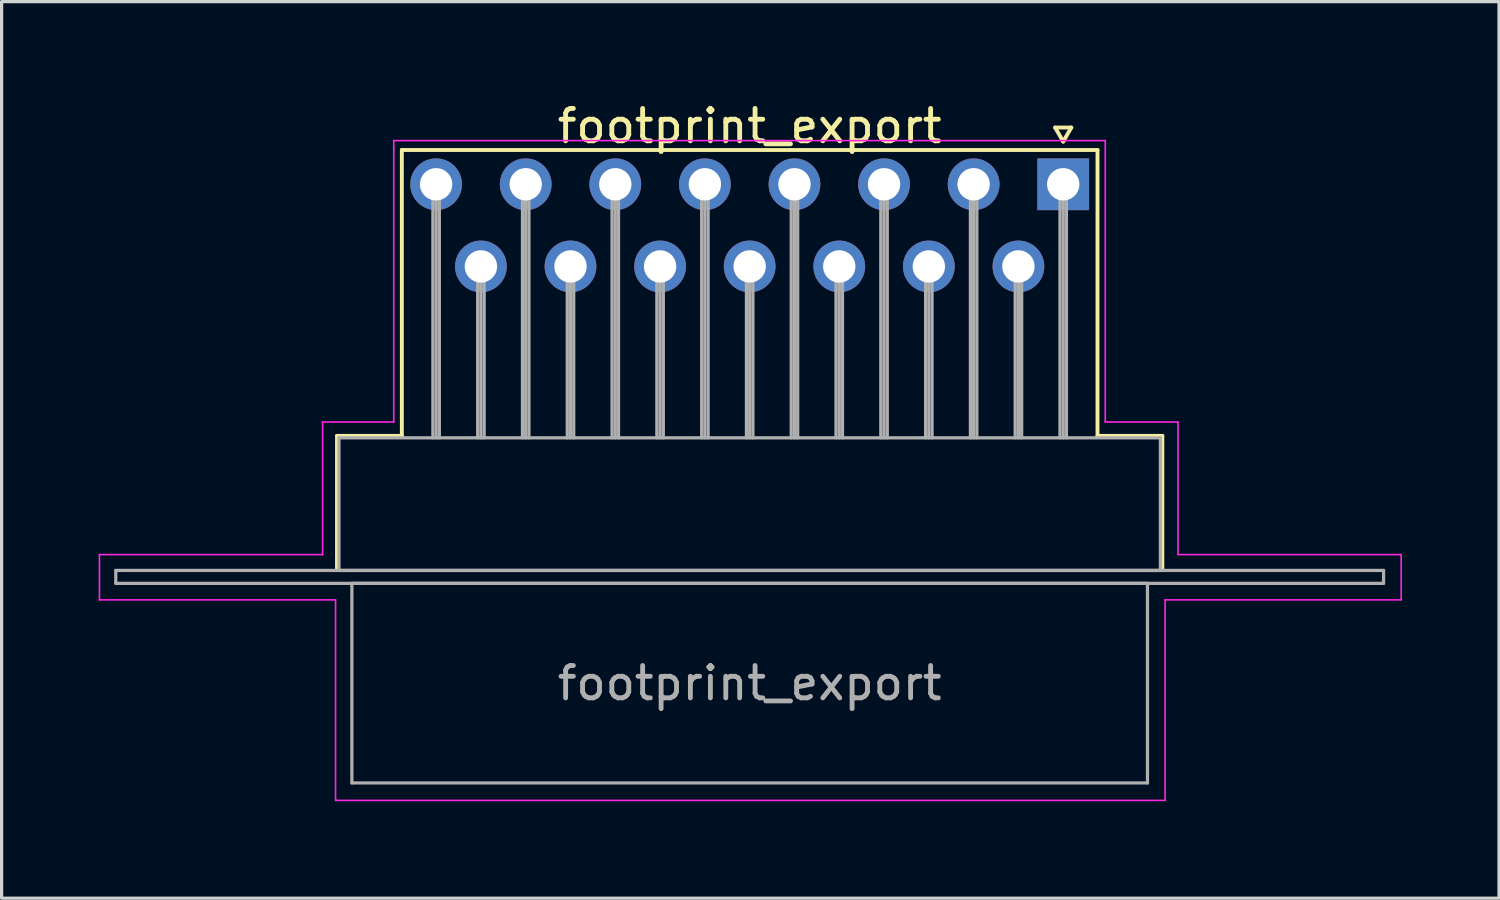
<source format=kicad_pcb>
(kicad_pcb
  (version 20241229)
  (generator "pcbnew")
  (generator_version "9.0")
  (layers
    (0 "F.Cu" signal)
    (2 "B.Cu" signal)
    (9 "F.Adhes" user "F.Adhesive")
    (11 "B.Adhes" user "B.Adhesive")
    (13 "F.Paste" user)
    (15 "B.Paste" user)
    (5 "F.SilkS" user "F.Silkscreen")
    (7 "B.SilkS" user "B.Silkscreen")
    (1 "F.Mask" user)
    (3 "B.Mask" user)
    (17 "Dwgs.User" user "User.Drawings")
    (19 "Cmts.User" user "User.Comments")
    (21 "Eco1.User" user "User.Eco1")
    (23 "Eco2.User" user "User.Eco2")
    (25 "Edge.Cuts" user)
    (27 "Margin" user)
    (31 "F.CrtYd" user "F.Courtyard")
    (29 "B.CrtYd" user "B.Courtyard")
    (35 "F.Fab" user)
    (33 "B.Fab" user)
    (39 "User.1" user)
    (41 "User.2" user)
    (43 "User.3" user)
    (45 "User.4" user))
  (footprint "footprint_export"
    (layer "F.Cu")
    (at 29.825 2.648)
    (property "Reference" "footprint_export" (at -9.695 -1.8 0) (layer "F.SilkS") (effects (font (size 1 1) (thickness 0.15))))
    (attr through_hole)
    (fp_line (start -22.455 7.78) (end -20.45 7.78) (stroke (width 0.12) (type solid)) (layer "F.SilkS"))
    (fp_line (start -22.455 11.88) (end -22.455 7.78) (stroke (width 0.12) (type solid)) (layer "F.SilkS"))
    (fp_line (start -20.45 -1.06) (end 1.06 -1.06) (stroke (width 0.12) (type solid)) (layer "F.SilkS"))
    (fp_line (start -20.45 7.78) (end -20.45 -1.06) (stroke (width 0.12) (type solid)) (layer "F.SilkS"))
    (fp_line (start -0.25 -1.754) (end 0.25 -1.754) (stroke (width 0.12) (type solid)) (layer "F.SilkS"))
    (fp_line (start 0 -1.321) (end -0.25 -1.754) (stroke (width 0.12) (type solid)) (layer "F.SilkS"))
    (fp_line (start 0.25 -1.754) (end 0 -1.321) (stroke (width 0.12) (type solid)) (layer "F.SilkS"))
    (fp_line (start 1.06 -1.06) (end 1.06 7.78) (stroke (width 0.12) (type solid)) (layer "F.SilkS"))
    (fp_line (start 1.06 7.78) (end 3.065 7.78) (stroke (width 0.12) (type solid)) (layer "F.SilkS"))
    (fp_line (start 3.065 7.78) (end 3.065 11.88) (stroke (width 0.12) (type solid)) (layer "F.SilkS"))
    (fp_line (start -29.8 11.45) (end -22.9 11.45) (stroke (width 0.05) (type solid)) (layer "F.CrtYd"))
    (fp_line (start -29.8 12.85) (end -29.8 11.45) (stroke (width 0.05) (type solid)) (layer "F.CrtYd"))
    (fp_line (start -22.9 7.35) (end -20.7 7.35) (stroke (width 0.05) (type solid)) (layer "F.CrtYd"))
    (fp_line (start -22.9 11.45) (end -22.9 7.35) (stroke (width 0.05) (type solid)) (layer "F.CrtYd"))
    (fp_line (start -22.5 12.85) (end -29.8 12.85) (stroke (width 0.05) (type solid)) (layer "F.CrtYd"))
    (fp_line (start -22.5 19.05) (end -22.5 12.85) (stroke (width 0.05) (type solid)) (layer "F.CrtYd"))
    (fp_line (start -20.7 -1.35) (end 1.3 -1.35) (stroke (width 0.05) (type solid)) (layer "F.CrtYd"))
    (fp_line (start -20.7 7.35) (end -20.7 -1.35) (stroke (width 0.05) (type solid)) (layer "F.CrtYd"))
    (fp_line (start 1.3 -1.35) (end 1.3 7.35) (stroke (width 0.05) (type solid)) (layer "F.CrtYd"))
    (fp_line (start 1.3 7.35) (end 3.55 7.35) (stroke (width 0.05) (type solid)) (layer "F.CrtYd"))
    (fp_line (start 3.15 12.85) (end 3.15 19.05) (stroke (width 0.05) (type solid)) (layer "F.CrtYd"))
    (fp_line (start 3.15 19.05) (end -22.5 19.05) (stroke (width 0.05) (type solid)) (layer "F.CrtYd"))
    (fp_line (start 3.55 7.35) (end 3.55 11.45) (stroke (width 0.05) (type solid)) (layer "F.CrtYd"))
    (fp_line (start 3.55 11.45) (end 10.45 11.45) (stroke (width 0.05) (type solid)) (layer "F.CrtYd"))
    (fp_line (start 10.45 11.45) (end 10.45 12.85) (stroke (width 0.05) (type solid)) (layer "F.CrtYd"))
    (fp_line (start 10.45 12.85) (end 3.15 12.85) (stroke (width 0.05) (type solid)) (layer "F.CrtYd"))
    (fp_line (start -29.295 11.94) (end -29.295 12.34) (stroke (width 0.1) (type solid)) (layer "F.Fab"))
    (fp_line (start -29.295 12.34) (end 9.905 12.34) (stroke (width 0.1) (type solid)) (layer "F.Fab"))
    (fp_line (start -22.395 7.84) (end -22.395 11.94) (stroke (width 0.1) (type solid)) (layer "F.Fab"))
    (fp_line (start -22.395 11.94) (end 3.005 11.94) (stroke (width 0.1) (type solid)) (layer "F.Fab"))
    (fp_line (start -21.995 12.34) (end -21.995 18.51) (stroke (width 0.1) (type solid)) (layer "F.Fab"))
    (fp_line (start -21.995 18.51) (end 2.605 18.51) (stroke (width 0.1) (type solid)) (layer "F.Fab"))
    (fp_line (start -19.49 0) (end -19.49 7.84) (stroke (width 0.1) (type solid)) (layer "F.Fab"))
    (fp_line (start -19.39 0) (end -19.39 7.84) (stroke (width 0.1) (type solid)) (layer "F.Fab"))
    (fp_line (start -19.29 0) (end -19.29 7.84) (stroke (width 0.1) (type solid)) (layer "F.Fab"))
    (fp_line (start -18.105 2.54) (end -18.105 7.84) (stroke (width 0.1) (type solid)) (layer "F.Fab"))
    (fp_line (start -18.005 2.54) (end -18.005 7.84) (stroke (width 0.1) (type solid)) (layer "F.Fab"))
    (fp_line (start -17.905 2.54) (end -17.905 7.84) (stroke (width 0.1) (type solid)) (layer "F.Fab"))
    (fp_line (start -16.72 0) (end -16.72 7.84) (stroke (width 0.1) (type solid)) (layer "F.Fab"))
    (fp_line (start -16.62 0) (end -16.62 7.84) (stroke (width 0.1) (type solid)) (layer "F.Fab"))
    (fp_line (start -16.52 0) (end -16.52 7.84) (stroke (width 0.1) (type solid)) (layer "F.Fab"))
    (fp_line (start -15.335 2.54) (end -15.335 7.84) (stroke (width 0.1) (type solid)) (layer "F.Fab"))
    (fp_line (start -15.235 2.54) (end -15.235 7.84) (stroke (width 0.1) (type solid)) (layer "F.Fab"))
    (fp_line (start -15.135 2.54) (end -15.135 7.84) (stroke (width 0.1) (type solid)) (layer "F.Fab"))
    (fp_line (start -13.95 0) (end -13.95 7.84) (stroke (width 0.1) (type solid)) (layer "F.Fab"))
    (fp_line (start -13.85 0) (end -13.85 7.84) (stroke (width 0.1) (type solid)) (layer "F.Fab"))
    (fp_line (start -13.75 0) (end -13.75 7.84) (stroke (width 0.1) (type solid)) (layer "F.Fab"))
    (fp_line (start -12.565 2.54) (end -12.565 7.84) (stroke (width 0.1) (type solid)) (layer "F.Fab"))
    (fp_line (start -12.465 2.54) (end -12.465 7.84) (stroke (width 0.1) (type solid)) (layer "F.Fab"))
    (fp_line (start -12.365 2.54) (end -12.365 7.84) (stroke (width 0.1) (type solid)) (layer "F.Fab"))
    (fp_line (start -11.18 0) (end -11.18 7.84) (stroke (width 0.1) (type solid)) (layer "F.Fab"))
    (fp_line (start -11.08 0) (end -11.08 7.84) (stroke (width 0.1) (type solid)) (layer "F.Fab"))
    (fp_line (start -10.98 0) (end -10.98 7.84) (stroke (width 0.1) (type solid)) (layer "F.Fab"))
    (fp_line (start -9.795 2.54) (end -9.795 7.84) (stroke (width 0.1) (type solid)) (layer "F.Fab"))
    (fp_line (start -9.695 2.54) (end -9.695 7.84) (stroke (width 0.1) (type solid)) (layer "F.Fab"))
    (fp_line (start -9.595 2.54) (end -9.595 7.84) (stroke (width 0.1) (type solid)) (layer "F.Fab"))
    (fp_line (start -8.41 0) (end -8.41 7.84) (stroke (width 0.1) (type solid)) (layer "F.Fab"))
    (fp_line (start -8.31 0) (end -8.31 7.84) (stroke (width 0.1) (type solid)) (layer "F.Fab"))
    (fp_line (start -8.21 0) (end -8.21 7.84) (stroke (width 0.1) (type solid)) (layer "F.Fab"))
    (fp_line (start -7.025 2.54) (end -7.025 7.84) (stroke (width 0.1) (type solid)) (layer "F.Fab"))
    (fp_line (start -6.925 2.54) (end -6.925 7.84) (stroke (width 0.1) (type solid)) (layer "F.Fab"))
    (fp_line (start -6.825 2.54) (end -6.825 7.84) (stroke (width 0.1) (type solid)) (layer "F.Fab"))
    (fp_line (start -5.64 0) (end -5.64 7.84) (stroke (width 0.1) (type solid)) (layer "F.Fab"))
    (fp_line (start -5.54 0) (end -5.54 7.84) (stroke (width 0.1) (type solid)) (layer "F.Fab"))
    (fp_line (start -5.44 0) (end -5.44 7.84) (stroke (width 0.1) (type solid)) (layer "F.Fab"))
    (fp_line (start -4.255 2.54) (end -4.255 7.84) (stroke (width 0.1) (type solid)) (layer "F.Fab"))
    (fp_line (start -4.155 2.54) (end -4.155 7.84) (stroke (width 0.1) (type solid)) (layer "F.Fab"))
    (fp_line (start -4.055 2.54) (end -4.055 7.84) (stroke (width 0.1) (type solid)) (layer "F.Fab"))
    (fp_line (start -2.87 0) (end -2.87 7.84) (stroke (width 0.1) (type solid)) (layer "F.Fab"))
    (fp_line (start -2.77 0) (end -2.77 7.84) (stroke (width 0.1) (type solid)) (layer "F.Fab"))
    (fp_line (start -2.67 0) (end -2.67 7.84) (stroke (width 0.1) (type solid)) (layer "F.Fab"))
    (fp_line (start -1.485 2.54) (end -1.485 7.84) (stroke (width 0.1) (type solid)) (layer "F.Fab"))
    (fp_line (start -1.385 2.54) (end -1.385 7.84) (stroke (width 0.1) (type solid)) (layer "F.Fab"))
    (fp_line (start -1.285 2.54) (end -1.285 7.84) (stroke (width 0.1) (type solid)) (layer "F.Fab"))
    (fp_line (start -0.1 0) (end -0.1 7.84) (stroke (width 0.1) (type solid)) (layer "F.Fab"))
    (fp_line (start 0 0) (end 0 7.84) (stroke (width 0.1) (type solid)) (layer "F.Fab"))
    (fp_line (start 0.1 0) (end 0.1 7.84) (stroke (width 0.1) (type solid)) (layer "F.Fab"))
    (fp_line (start 2.605 12.34) (end -21.995 12.34) (stroke (width 0.1) (type solid)) (layer "F.Fab"))
    (fp_line (start 2.605 18.51) (end 2.605 12.34) (stroke (width 0.1) (type solid)) (layer "F.Fab"))
    (fp_line (start 3.005 7.84) (end -22.395 7.84) (stroke (width 0.1) (type solid)) (layer "F.Fab"))
    (fp_line (start 3.005 11.94) (end 3.005 7.84) (stroke (width 0.1) (type solid)) (layer "F.Fab"))
    (fp_line (start 9.905 11.94) (end -29.295 11.94) (stroke (width 0.1) (type solid)) (layer "F.Fab"))
    (fp_line (start 9.905 12.34) (end 9.905 11.94) (stroke (width 0.1) (type solid)) (layer "F.Fab"))
    (fp_text user "${REFERENCE}" (at -9.695 15.425 0) (layer "F.Fab") (effects (font (size 1 1) (thickness 0.15))))
    (pad "1" thru_hole rect (at 0 0) (size 1.6 1.6) (drill 1) (layers "*.Cu" "*.Mask"))
    (pad "2" thru_hole circle (at -2.77 0) (size 1.6 1.6) (drill 1) (layers "*.Cu" "*.Mask"))
    (pad "3" thru_hole circle (at -5.54 0) (size 1.6 1.6) (drill 1) (layers "*.Cu" "*.Mask"))
    (pad "4" thru_hole circle (at -8.31 0) (size 1.6 1.6) (drill 1) (layers "*.Cu" "*.Mask"))
    (pad "5" thru_hole circle (at -11.08 0) (size 1.6 1.6) (drill 1) (layers "*.Cu" "*.Mask"))
    (pad "6" thru_hole circle (at -13.85 0) (size 1.6 1.6) (drill 1) (layers "*.Cu" "*.Mask"))
    (pad "7" thru_hole circle (at -16.62 0) (size 1.6 1.6) (drill 1) (layers "*.Cu" "*.Mask"))
    (pad "8" thru_hole circle (at -19.39 0) (size 1.6 1.6) (drill 1) (layers "*.Cu" "*.Mask"))
    (pad "9" thru_hole circle (at -1.385 2.54) (size 1.6 1.6) (drill 1) (layers "*.Cu" "*.Mask"))
    (pad "10" thru_hole circle (at -4.155 2.54) (size 1.6 1.6) (drill 1) (layers "*.Cu" "*.Mask"))
    (pad "11" thru_hole circle (at -6.925 2.54) (size 1.6 1.6) (drill 1) (layers "*.Cu" "*.Mask"))
    (pad "12" thru_hole circle (at -9.695 2.54) (size 1.6 1.6) (drill 1) (layers "*.Cu" "*.Mask"))
    (pad "13" thru_hole circle (at -12.465 2.54) (size 1.6 1.6) (drill 1) (layers "*.Cu" "*.Mask"))
    (pad "14" thru_hole circle (at -15.235 2.54) (size 1.6 1.6) (drill 1) (layers "*.Cu" "*.Mask"))
    (pad "15" thru_hole circle (at -18.005 2.54) (size 1.6 1.6) (drill 1) (layers "*.Cu" "*.Mask")))
  (gr_rect
    (start -3 -3)
    (end 43.3 24.723)
    (stroke (width 0.1) (type default))
    (fill no)
    (layer "Edge.Cuts")))
</source>
